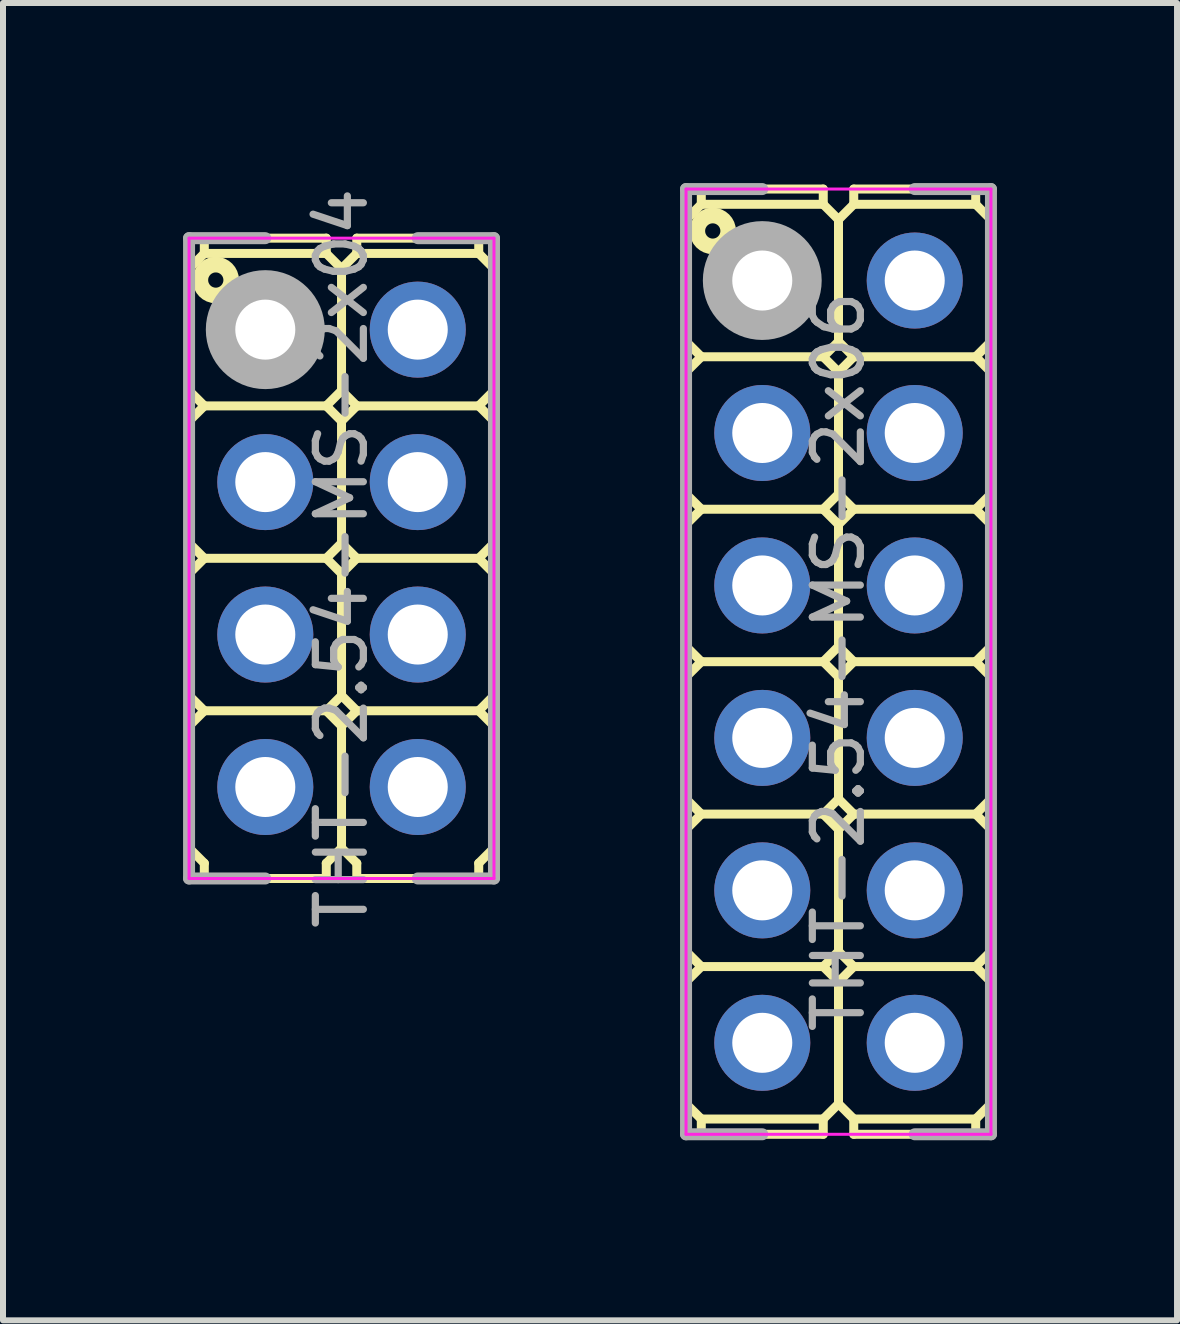
<source format=kicad_pcb>
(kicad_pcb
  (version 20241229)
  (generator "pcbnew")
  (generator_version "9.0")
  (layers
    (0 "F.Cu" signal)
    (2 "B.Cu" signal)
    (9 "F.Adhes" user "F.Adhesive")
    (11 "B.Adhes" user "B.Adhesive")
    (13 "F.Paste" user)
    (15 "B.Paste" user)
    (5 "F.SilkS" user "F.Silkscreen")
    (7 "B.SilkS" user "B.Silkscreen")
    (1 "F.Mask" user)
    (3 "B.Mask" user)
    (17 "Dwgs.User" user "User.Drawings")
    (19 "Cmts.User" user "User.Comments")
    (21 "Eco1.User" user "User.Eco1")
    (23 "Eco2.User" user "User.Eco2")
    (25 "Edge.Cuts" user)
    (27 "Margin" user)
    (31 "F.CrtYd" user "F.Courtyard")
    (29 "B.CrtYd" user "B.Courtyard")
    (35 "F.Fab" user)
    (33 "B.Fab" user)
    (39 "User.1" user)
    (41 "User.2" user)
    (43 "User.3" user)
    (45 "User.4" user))
  (footprint "THT-2.54-MS-2x04"
    (layer "F.Cu")
    (at 2.64 6.252)
    (property "Reference" "THT-2.54-MS-2x04" (at 0 0 270) (layer "F.Fab") (effects (font (size 0.8 0.8) (thickness 0.12))))
    (attr through_hole)
    (fp_line (start -2.54 -4.826) (end -2.54 -2.794) (stroke (width 0.15) (type solid)) (layer "F.SilkS"))
    (fp_line (start -2.54 -4.826) (end -2.286 -5.08) (stroke (width 0.15) (type solid)) (layer "F.SilkS"))
    (fp_line (start -2.54 -2.794) (end -2.286 -2.54) (stroke (width 0.15) (type solid)) (layer "F.SilkS"))
    (fp_line (start -2.54 -2.286) (end -2.54 -0.254) (stroke (width 0.15) (type solid)) (layer "F.SilkS"))
    (fp_line (start -2.54 -0.254) (end -2.286 0) (stroke (width 0.15) (type solid)) (layer "F.SilkS"))
    (fp_line (start -2.54 0.254) (end -2.54 2.286) (stroke (width 0.15) (type solid)) (layer "F.SilkS"))
    (fp_line (start -2.54 2.286) (end -2.286 2.54) (stroke (width 0.15) (type solid)) (layer "F.SilkS"))
    (fp_line (start -2.54 2.794) (end -2.54 4.826) (stroke (width 0.15) (type solid)) (layer "F.SilkS"))
    (fp_line (start -2.54 4.826) (end -2.286 5.08) (stroke (width 0.15) (type solid)) (layer "F.SilkS"))
    (fp_line (start -2.286 -5.334) (end -0.254 -5.334) (stroke (width 0.15) (type solid)) (layer "F.SilkS"))
    (fp_line (start -2.286 -5.08) (end -2.286 -5.334) (stroke (width 0.15) (type solid)) (layer "F.SilkS"))
    (fp_line (start -2.286 -5.08) (end -0.254 -5.08) (stroke (width 0.15) (type solid)) (layer "F.SilkS"))
    (fp_line (start -2.286 -2.54) (end -2.54 -2.286) (stroke (width 0.15) (type solid)) (layer "F.SilkS"))
    (fp_line (start -2.286 0) (end -2.54 0.254) (stroke (width 0.15) (type solid)) (layer "F.SilkS"))
    (fp_line (start -2.286 0) (end -0.254 0) (stroke (width 0.15) (type solid)) (layer "F.SilkS"))
    (fp_line (start -2.286 2.54) (end -2.54 2.794) (stroke (width 0.15) (type solid)) (layer "F.SilkS"))
    (fp_line (start -2.286 5.08) (end -2.286 5.334) (stroke (width 0.15) (type solid)) (layer "F.SilkS"))
    (fp_line (start -2.286 5.334) (end -0.254 5.334) (stroke (width 0.15) (type solid)) (layer "F.SilkS"))
    (fp_line (start -0.254 -5.334) (end -0.254 -5.08) (stroke (width 0.15) (type solid)) (layer "F.SilkS"))
    (fp_line (start -0.254 -5.08) (end 0 -4.826) (stroke (width 0.15) (type solid)) (layer "F.SilkS"))
    (fp_line (start -0.254 -2.54) (end -2.286 -2.54) (stroke (width 0.15) (type solid)) (layer "F.SilkS"))
    (fp_line (start -0.254 0) (end 0 -0.254) (stroke (width 0.15) (type solid)) (layer "F.SilkS"))
    (fp_line (start -0.254 2.54) (end -2.286 2.54) (stroke (width 0.15) (type solid)) (layer "F.SilkS"))
    (fp_line (start -0.254 2.54) (end 0 2.286) (stroke (width 0.15) (type solid)) (layer "F.SilkS"))
    (fp_line (start -0.254 5.08) (end 0 4.826) (stroke (width 0.15) (type solid)) (layer "F.SilkS"))
    (fp_line (start -0.254 5.334) (end -0.254 5.08) (stroke (width 0.15) (type solid)) (layer "F.SilkS"))
    (fp_line (start 0 -4.826) (end 0 -2.794) (stroke (width 0.15) (type solid)) (layer "F.SilkS"))
    (fp_line (start 0 -4.826) (end 0.254 -5.08) (stroke (width 0.15) (type solid)) (layer "F.SilkS"))
    (fp_line (start 0 -2.794) (end -0.254 -2.54) (stroke (width 0.15) (type solid)) (layer "F.SilkS"))
    (fp_line (start 0 -2.794) (end 0.254 -2.54) (stroke (width 0.15) (type solid)) (layer "F.SilkS"))
    (fp_line (start 0 -2.286) (end -0.254 -2.54) (stroke (width 0.15) (type solid)) (layer "F.SilkS"))
    (fp_line (start 0 -0.254) (end 0 -2.286) (stroke (width 0.15) (type solid)) (layer "F.SilkS"))
    (fp_line (start 0 -0.254) (end 0.254 0) (stroke (width 0.15) (type solid)) (layer "F.SilkS"))
    (fp_line (start 0 0.254) (end -0.254 0) (stroke (width 0.15) (type solid)) (layer "F.SilkS"))
    (fp_line (start 0 2.286) (end 0 0.254) (stroke (width 0.15) (type solid)) (layer "F.SilkS"))
    (fp_line (start 0 2.286) (end 0.254 2.54) (stroke (width 0.15) (type solid)) (layer "F.SilkS"))
    (fp_line (start 0 2.794) (end -0.254 2.54) (stroke (width 0.15) (type solid)) (layer "F.SilkS"))
    (fp_line (start 0 4.826) (end 0 2.794) (stroke (width 0.15) (type solid)) (layer "F.SilkS"))
    (fp_line (start 0 4.826) (end 0.254 5.08) (stroke (width 0.15) (type solid)) (layer "F.SilkS"))
    (fp_line (start 0.254 -5.334) (end 2.286 -5.334) (stroke (width 0.15) (type solid)) (layer "F.SilkS"))
    (fp_line (start 0.254 -5.08) (end 0.254 -5.334) (stroke (width 0.15) (type solid)) (layer "F.SilkS"))
    (fp_line (start 0.254 -5.08) (end 2.286 -5.08) (stroke (width 0.15) (type solid)) (layer "F.SilkS"))
    (fp_line (start 0.254 -2.54) (end 0 -2.286) (stroke (width 0.15) (type solid)) (layer "F.SilkS"))
    (fp_line (start 0.254 0) (end 0 0.254) (stroke (width 0.15) (type solid)) (layer "F.SilkS"))
    (fp_line (start 0.254 0) (end 2.286 0) (stroke (width 0.15) (type solid)) (layer "F.SilkS"))
    (fp_line (start 0.254 2.54) (end 0 2.794) (stroke (width 0.15) (type solid)) (layer "F.SilkS"))
    (fp_line (start 0.254 5.08) (end 0.254 5.334) (stroke (width 0.15) (type solid)) (layer "F.SilkS"))
    (fp_line (start 0.254 5.334) (end 2.286 5.334) (stroke (width 0.15) (type solid)) (layer "F.SilkS"))
    (fp_line (start 2.286 -5.334) (end 2.286 -5.08) (stroke (width 0.15) (type solid)) (layer "F.SilkS"))
    (fp_line (start 2.286 -5.08) (end 2.54 -4.826) (stroke (width 0.15) (type solid)) (layer "F.SilkS"))
    (fp_line (start 2.286 -2.54) (end 0.254 -2.54) (stroke (width 0.15) (type solid)) (layer "F.SilkS"))
    (fp_line (start 2.286 0) (end 2.54 -0.254) (stroke (width 0.15) (type solid)) (layer "F.SilkS"))
    (fp_line (start 2.286 2.54) (end 0.254 2.54) (stroke (width 0.15) (type solid)) (layer "F.SilkS"))
    (fp_line (start 2.286 2.54) (end 2.54 2.286) (stroke (width 0.15) (type solid)) (layer "F.SilkS"))
    (fp_line (start 2.286 5.08) (end 2.54 4.826) (stroke (width 0.15) (type solid)) (layer "F.SilkS"))
    (fp_line (start 2.286 5.334) (end 2.286 5.08) (stroke (width 0.15) (type solid)) (layer "F.SilkS"))
    (fp_line (start 2.54 -4.826) (end 2.54 -2.794) (stroke (width 0.15) (type solid)) (layer "F.SilkS"))
    (fp_line (start 2.54 -2.794) (end 2.286 -2.54) (stroke (width 0.15) (type solid)) (layer "F.SilkS"))
    (fp_line (start 2.54 -2.286) (end 2.286 -2.54) (stroke (width 0.15) (type solid)) (layer "F.SilkS"))
    (fp_line (start 2.54 -0.254) (end 2.54 -2.286) (stroke (width 0.15) (type solid)) (layer "F.SilkS"))
    (fp_line (start 2.54 0.254) (end 2.286 0) (stroke (width 0.15) (type solid)) (layer "F.SilkS"))
    (fp_line (start 2.54 2.286) (end 2.54 0.254) (stroke (width 0.15) (type solid)) (layer "F.SilkS"))
    (fp_line (start 2.54 2.794) (end 2.286 2.54) (stroke (width 0.15) (type solid)) (layer "F.SilkS"))
    (fp_line (start 2.54 4.826) (end 2.54 2.794) (stroke (width 0.15) (type solid)) (layer "F.SilkS"))
    (fp_circle (center -2.095 -4.636) (end -1.968 -4.636) (stroke (width 0.26) (type solid)) (fill no) (layer "F.SilkS"))
    (fp_line (start -2.54 -5.334) (end 2.54 -5.334) (stroke (width 0.05) (type solid)) (layer "F.CrtYd"))
    (fp_line (start -2.54 5.334) (end -2.54 -5.334) (stroke (width 0.05) (type solid)) (layer "F.CrtYd"))
    (fp_line (start -2.54 5.334) (end 2.54 5.334) (stroke (width 0.05) (type solid)) (layer "F.CrtYd"))
    (fp_line (start 2.54 -5.334) (end 2.54 5.334) (stroke (width 0.05) (type solid)) (layer "F.CrtYd"))
    (fp_line (start -2.54 -5.334) (end -2.54 5.334) (stroke (width 0.2) (type solid)) (layer "F.Fab"))
    (fp_line (start -2.54 -5.334) (end -1.27 -5.334) (stroke (width 0.2) (type solid)) (layer "F.Fab"))
    (fp_line (start -2.54 5.334) (end -1.27 5.334) (stroke (width 0.2) (type solid)) (layer "F.Fab"))
    (fp_line (start 1.27 -5.334) (end 2.54 -5.334) (stroke (width 0.2) (type solid)) (layer "F.Fab"))
    (fp_line (start 1.27 5.334) (end 2.54 5.334) (stroke (width 0.2) (type solid)) (layer "F.Fab"))
    (fp_line (start 2.54 5.334) (end 2.54 -5.334) (stroke (width 0.2) (type solid)) (layer "F.Fab"))
    (fp_circle (center -1.27 -3.81) (end -1.27 -3.619) (stroke (width 0.8) (type solid)) (fill no) (layer "F.Fab"))
    (pad "1" thru_hole circle (at -1.27 -3.81) (size 1.6 1.6) (drill 1) (layers "*.Cu" "*.Mask"))
    (pad "2" thru_hole circle (at 1.27 -3.81) (size 1.6 1.6) (drill 1) (layers "*.Cu" "*.Mask"))
    (pad "3" thru_hole circle (at -1.27 -1.27) (size 1.6 1.6) (drill 1) (layers "*.Cu" "*.Mask"))
    (pad "4" thru_hole circle (at 1.27 -1.27) (size 1.6 1.6) (drill 1) (layers "*.Cu" "*.Mask"))
    (pad "5" thru_hole circle (at -1.27 1.27) (size 1.6 1.6) (drill 1) (layers "*.Cu" "*.Mask"))
    (pad "6" thru_hole circle (at 1.27 1.27) (size 1.6 1.6) (drill 1) (layers "*.Cu" "*.Mask"))
    (pad "7" thru_hole circle (at -1.27 3.81) (size 1.6 1.6) (drill 1) (layers "*.Cu" "*.Mask"))
    (pad "8" thru_hole circle (at 1.27 3.81) (size 1.6 1.6) (drill 1) (layers "*.Cu" "*.Mask")))
  (footprint "THT-2.54-MS-2x06"
    (layer "F.Cu")
    (at 10.92 7.974)
    (property "Reference" "THT-2.54-MS-2x06" (at 0 0 270) (layer "F.Fab") (effects (font (size 0.8 0.8) (thickness 0.12))))
    (attr through_hole)
    (fp_line (start -2.54 -7.366) (end -2.54 -5.334) (stroke (width 0.15) (type solid)) (layer "F.SilkS"))
    (fp_line (start -2.54 -7.366) (end -2.286 -7.62) (stroke (width 0.15) (type solid)) (layer "F.SilkS"))
    (fp_line (start -2.54 -5.334) (end -2.286 -5.08) (stroke (width 0.15) (type solid)) (layer "F.SilkS"))
    (fp_line (start -2.54 -4.826) (end -2.54 -2.794) (stroke (width 0.15) (type solid)) (layer "F.SilkS"))
    (fp_line (start -2.54 -2.794) (end -2.286 -2.54) (stroke (width 0.15) (type solid)) (layer "F.SilkS"))
    (fp_line (start -2.54 -2.286) (end -2.54 -0.254) (stroke (width 0.15) (type solid)) (layer "F.SilkS"))
    (fp_line (start -2.54 -0.254) (end -2.286 0) (stroke (width 0.15) (type solid)) (layer "F.SilkS"))
    (fp_line (start -2.54 0.254) (end -2.54 2.286) (stroke (width 0.15) (type solid)) (layer "F.SilkS"))
    (fp_line (start -2.54 2.286) (end -2.286 2.54) (stroke (width 0.15) (type solid)) (layer "F.SilkS"))
    (fp_line (start -2.54 2.794) (end -2.54 4.826) (stroke (width 0.15) (type solid)) (layer "F.SilkS"))
    (fp_line (start -2.54 4.826) (end -2.286 5.08) (stroke (width 0.15) (type solid)) (layer "F.SilkS"))
    (fp_line (start -2.54 5.334) (end -2.54 7.366) (stroke (width 0.15) (type solid)) (layer "F.SilkS"))
    (fp_line (start -2.54 7.366) (end -2.286 7.62) (stroke (width 0.15) (type solid)) (layer "F.SilkS"))
    (fp_line (start -2.286 -7.874) (end -0.254 -7.874) (stroke (width 0.15) (type solid)) (layer "F.SilkS"))
    (fp_line (start -2.286 -7.62) (end -2.286 -7.874) (stroke (width 0.15) (type solid)) (layer "F.SilkS"))
    (fp_line (start -2.286 -7.62) (end -0.254 -7.62) (stroke (width 0.15) (type solid)) (layer "F.SilkS"))
    (fp_line (start -2.286 -5.08) (end -2.54 -4.826) (stroke (width 0.15) (type solid)) (layer "F.SilkS"))
    (fp_line (start -2.286 -2.54) (end -2.54 -2.286) (stroke (width 0.15) (type solid)) (layer "F.SilkS"))
    (fp_line (start -2.286 -2.54) (end -0.254 -2.54) (stroke (width 0.15) (type solid)) (layer "F.SilkS"))
    (fp_line (start -2.286 0) (end -2.54 0.254) (stroke (width 0.15) (type solid)) (layer "F.SilkS"))
    (fp_line (start -2.286 2.54) (end -2.54 2.794) (stroke (width 0.15) (type solid)) (layer "F.SilkS"))
    (fp_line (start -2.286 5.08) (end -2.54 5.334) (stroke (width 0.15) (type solid)) (layer "F.SilkS"))
    (fp_line (start -2.286 7.62) (end -2.286 7.874) (stroke (width 0.15) (type solid)) (layer "F.SilkS"))
    (fp_line (start -2.286 7.874) (end -0.254 7.874) (stroke (width 0.15) (type solid)) (layer "F.SilkS"))
    (fp_line (start -0.254 -7.874) (end -0.254 -7.62) (stroke (width 0.15) (type solid)) (layer "F.SilkS"))
    (fp_line (start -0.254 -7.62) (end 0 -7.366) (stroke (width 0.15) (type solid)) (layer "F.SilkS"))
    (fp_line (start -0.254 -5.08) (end -2.286 -5.08) (stroke (width 0.15) (type solid)) (layer "F.SilkS"))
    (fp_line (start -0.254 -2.54) (end 0 -2.794) (stroke (width 0.15) (type solid)) (layer "F.SilkS"))
    (fp_line (start -0.254 0) (end -2.286 0) (stroke (width 0.15) (type solid)) (layer "F.SilkS"))
    (fp_line (start -0.254 0) (end 0 -0.254) (stroke (width 0.15) (type solid)) (layer "F.SilkS"))
    (fp_line (start -0.254 2.54) (end -2.286 2.54) (stroke (width 0.15) (type solid)) (layer "F.SilkS"))
    (fp_line (start -0.254 2.54) (end 0 2.286) (stroke (width 0.15) (type solid)) (layer "F.SilkS"))
    (fp_line (start -0.254 5.08) (end -2.286 5.08) (stroke (width 0.15) (type solid)) (layer "F.SilkS"))
    (fp_line (start -0.254 5.08) (end 0 4.826) (stroke (width 0.15) (type solid)) (layer "F.SilkS"))
    (fp_line (start -0.254 7.62) (end -2.286 7.62) (stroke (width 0.15) (type solid)) (layer "F.SilkS"))
    (fp_line (start -0.254 7.62) (end 0 7.366) (stroke (width 0.15) (type solid)) (layer "F.SilkS"))
    (fp_line (start -0.254 7.874) (end -0.254 7.62) (stroke (width 0.15) (type solid)) (layer "F.SilkS"))
    (fp_line (start 0 -7.366) (end 0 -5.334) (stroke (width 0.15) (type solid)) (layer "F.SilkS"))
    (fp_line (start 0 -7.366) (end 0.254 -7.62) (stroke (width 0.15) (type solid)) (layer "F.SilkS"))
    (fp_line (start 0 -5.334) (end -0.254 -5.08) (stroke (width 0.15) (type solid)) (layer "F.SilkS"))
    (fp_line (start 0 -5.334) (end 0.254 -5.08) (stroke (width 0.15) (type solid)) (layer "F.SilkS"))
    (fp_line (start 0 -4.826) (end -0.254 -5.08) (stroke (width 0.15) (type solid)) (layer "F.SilkS"))
    (fp_line (start 0 -2.794) (end 0 -4.826) (stroke (width 0.15) (type solid)) (layer "F.SilkS"))
    (fp_line (start 0 -2.794) (end 0.254 -2.54) (stroke (width 0.15) (type solid)) (layer "F.SilkS"))
    (fp_line (start 0 -2.286) (end -0.254 -2.54) (stroke (width 0.15) (type solid)) (layer "F.SilkS"))
    (fp_line (start 0 -0.254) (end 0 -2.286) (stroke (width 0.15) (type solid)) (layer "F.SilkS"))
    (fp_line (start 0 -0.254) (end 0.254 0) (stroke (width 0.15) (type solid)) (layer "F.SilkS"))
    (fp_line (start 0 0.254) (end -0.254 0) (stroke (width 0.15) (type solid)) (layer "F.SilkS"))
    (fp_line (start 0 2.286) (end 0 0.254) (stroke (width 0.15) (type solid)) (layer "F.SilkS"))
    (fp_line (start 0 2.286) (end 0.254 2.54) (stroke (width 0.15) (type solid)) (layer "F.SilkS"))
    (fp_line (start 0 2.794) (end -0.254 2.54) (stroke (width 0.15) (type solid)) (layer "F.SilkS"))
    (fp_line (start 0 4.826) (end 0 2.794) (stroke (width 0.15) (type solid)) (layer "F.SilkS"))
    (fp_line (start 0 4.826) (end 0.254 5.08) (stroke (width 0.15) (type solid)) (layer "F.SilkS"))
    (fp_line (start 0 5.334) (end -0.254 5.08) (stroke (width 0.15) (type solid)) (layer "F.SilkS"))
    (fp_line (start 0 7.366) (end 0 5.334) (stroke (width 0.15) (type solid)) (layer "F.SilkS"))
    (fp_line (start 0 7.366) (end 0.254 7.62) (stroke (width 0.15) (type solid)) (layer "F.SilkS"))
    (fp_line (start 0.254 -7.874) (end 2.286 -7.874) (stroke (width 0.15) (type solid)) (layer "F.SilkS"))
    (fp_line (start 0.254 -7.62) (end 0.254 -7.874) (stroke (width 0.15) (type solid)) (layer "F.SilkS"))
    (fp_line (start 0.254 -7.62) (end 2.286 -7.62) (stroke (width 0.15) (type solid)) (layer "F.SilkS"))
    (fp_line (start 0.254 -5.08) (end 0 -4.826) (stroke (width 0.15) (type solid)) (layer "F.SilkS"))
    (fp_line (start 0.254 -2.54) (end 0 -2.286) (stroke (width 0.15) (type solid)) (layer "F.SilkS"))
    (fp_line (start 0.254 -2.54) (end 2.286 -2.54) (stroke (width 0.15) (type solid)) (layer "F.SilkS"))
    (fp_line (start 0.254 0) (end 0 0.254) (stroke (width 0.15) (type solid)) (layer "F.SilkS"))
    (fp_line (start 0.254 2.54) (end 0 2.794) (stroke (width 0.15) (type solid)) (layer "F.SilkS"))
    (fp_line (start 0.254 5.08) (end 0 5.334) (stroke (width 0.15) (type solid)) (layer "F.SilkS"))
    (fp_line (start 0.254 7.62) (end 0.254 7.874) (stroke (width 0.15) (type solid)) (layer "F.SilkS"))
    (fp_line (start 0.254 7.874) (end 2.286 7.874) (stroke (width 0.15) (type solid)) (layer "F.SilkS"))
    (fp_line (start 2.286 -7.874) (end 2.286 -7.62) (stroke (width 0.15) (type solid)) (layer "F.SilkS"))
    (fp_line (start 2.286 -7.62) (end 2.54 -7.366) (stroke (width 0.15) (type solid)) (layer "F.SilkS"))
    (fp_line (start 2.286 -5.08) (end 0.254 -5.08) (stroke (width 0.15) (type solid)) (layer "F.SilkS"))
    (fp_line (start 2.286 -2.54) (end 2.54 -2.794) (stroke (width 0.15) (type solid)) (layer "F.SilkS"))
    (fp_line (start 2.286 0) (end 0.254 0) (stroke (width 0.15) (type solid)) (layer "F.SilkS"))
    (fp_line (start 2.286 0) (end 2.54 -0.254) (stroke (width 0.15) (type solid)) (layer "F.SilkS"))
    (fp_line (start 2.286 2.54) (end 0.254 2.54) (stroke (width 0.15) (type solid)) (layer "F.SilkS"))
    (fp_line (start 2.286 2.54) (end 2.54 2.286) (stroke (width 0.15) (type solid)) (layer "F.SilkS"))
    (fp_line (start 2.286 5.08) (end 0.254 5.08) (stroke (width 0.15) (type solid)) (layer "F.SilkS"))
    (fp_line (start 2.286 5.08) (end 2.54 4.826) (stroke (width 0.15) (type solid)) (layer "F.SilkS"))
    (fp_line (start 2.286 7.62) (end 0.254 7.62) (stroke (width 0.15) (type solid)) (layer "F.SilkS"))
    (fp_line (start 2.286 7.62) (end 2.54 7.366) (stroke (width 0.15) (type solid)) (layer "F.SilkS"))
    (fp_line (start 2.286 7.874) (end 2.286 7.62) (stroke (width 0.15) (type solid)) (layer "F.SilkS"))
    (fp_line (start 2.54 -7.366) (end 2.54 -5.334) (stroke (width 0.15) (type solid)) (layer "F.SilkS"))
    (fp_line (start 2.54 -5.334) (end 2.286 -5.08) (stroke (width 0.15) (type solid)) (layer "F.SilkS"))
    (fp_line (start 2.54 -4.826) (end 2.286 -5.08) (stroke (width 0.15) (type solid)) (layer "F.SilkS"))
    (fp_line (start 2.54 -2.794) (end 2.54 -4.826) (stroke (width 0.15) (type solid)) (layer "F.SilkS"))
    (fp_line (start 2.54 -2.286) (end 2.286 -2.54) (stroke (width 0.15) (type solid)) (layer "F.SilkS"))
    (fp_line (start 2.54 -0.254) (end 2.54 -2.286) (stroke (width 0.15) (type solid)) (layer "F.SilkS"))
    (fp_line (start 2.54 0.254) (end 2.286 0) (stroke (width 0.15) (type solid)) (layer "F.SilkS"))
    (fp_line (start 2.54 2.286) (end 2.54 0.254) (stroke (width 0.15) (type solid)) (layer "F.SilkS"))
    (fp_line (start 2.54 2.794) (end 2.286 2.54) (stroke (width 0.15) (type solid)) (layer "F.SilkS"))
    (fp_line (start 2.54 4.826) (end 2.54 2.794) (stroke (width 0.15) (type solid)) (layer "F.SilkS"))
    (fp_line (start 2.54 5.334) (end 2.286 5.08) (stroke (width 0.15) (type solid)) (layer "F.SilkS"))
    (fp_line (start 2.54 7.366) (end 2.54 5.334) (stroke (width 0.15) (type solid)) (layer "F.SilkS"))
    (fp_circle (center -2.095 -7.176) (end -1.968 -7.176) (stroke (width 0.26) (type solid)) (fill no) (layer "F.SilkS"))
    (fp_line (start -2.54 -7.874) (end 2.54 -7.874) (stroke (width 0.05) (type solid)) (layer "F.CrtYd"))
    (fp_line (start -2.54 7.874) (end -2.54 -7.874) (stroke (width 0.05) (type solid)) (layer "F.CrtYd"))
    (fp_line (start 2.54 -7.874) (end 2.54 7.874) (stroke (width 0.05) (type solid)) (layer "F.CrtYd"))
    (fp_line (start 2.54 7.874) (end -2.54 7.874) (stroke (width 0.05) (type solid)) (layer "F.CrtYd"))
    (fp_line (start -2.54 -7.874) (end -2.54 7.874) (stroke (width 0.2) (type solid)) (layer "F.Fab"))
    (fp_line (start -2.54 -7.874) (end -1.27 -7.874) (stroke (width 0.2) (type solid)) (layer "F.Fab"))
    (fp_line (start -2.54 7.874) (end -1.27 7.874) (stroke (width 0.2) (type solid)) (layer "F.Fab"))
    (fp_line (start 1.27 -7.874) (end 2.54 -7.874) (stroke (width 0.2) (type solid)) (layer "F.Fab"))
    (fp_line (start 1.27 7.874) (end 2.54 7.874) (stroke (width 0.2) (type solid)) (layer "F.Fab"))
    (fp_line (start 2.54 7.874) (end 2.54 -7.874) (stroke (width 0.2) (type solid)) (layer "F.Fab"))
    (fp_circle (center -1.27 -6.35) (end -1.27 -6.16) (stroke (width 0.8) (type solid)) (fill no) (layer "F.Fab"))
    (pad "1" thru_hole circle (at -1.27 -6.35) (size 1.6 1.6) (drill 1) (layers "*.Cu" "*.Mask"))
    (pad "2" thru_hole circle (at 1.27 -6.35) (size 1.6 1.6) (drill 1) (layers "*.Cu" "*.Mask"))
    (pad "3" thru_hole circle (at -1.27 -3.81) (size 1.6 1.6) (drill 1) (layers "*.Cu" "*.Mask"))
    (pad "4" thru_hole circle (at 1.27 -3.81) (size 1.6 1.6) (drill 1) (layers "*.Cu" "*.Mask"))
    (pad "5" thru_hole circle (at -1.27 -1.27) (size 1.6 1.6) (drill 1) (layers "*.Cu" "*.Mask"))
    (pad "6" thru_hole circle (at 1.27 -1.27) (size 1.6 1.6) (drill 1) (layers "*.Cu" "*.Mask"))
    (pad "7" thru_hole circle (at -1.27 1.27) (size 1.6 1.6) (drill 1) (layers "*.Cu" "*.Mask"))
    (pad "8" thru_hole circle (at 1.27 1.27) (size 1.6 1.6) (drill 1) (layers "*.Cu" "*.Mask"))
    (pad "9" thru_hole circle (at -1.27 3.81) (size 1.6 1.6) (drill 1) (layers "*.Cu" "*.Mask"))
    (pad "10" thru_hole circle (at 1.27 3.81) (size 1.6 1.6) (drill 1) (layers "*.Cu" "*.Mask"))
    (pad "11" thru_hole circle (at -1.27 6.35) (size 1.6 1.6) (drill 1) (layers "*.Cu" "*.Mask"))
    (pad "12" thru_hole circle (at 1.27 6.35) (size 1.6 1.6) (drill 1) (layers "*.Cu" "*.Mask")))
  (gr_rect
    (start -3 -3)
    (end 16.56 18.948)
    (stroke (width 0.1) (type default))
    (fill no)
    (layer "Edge.Cuts")))
</source>
